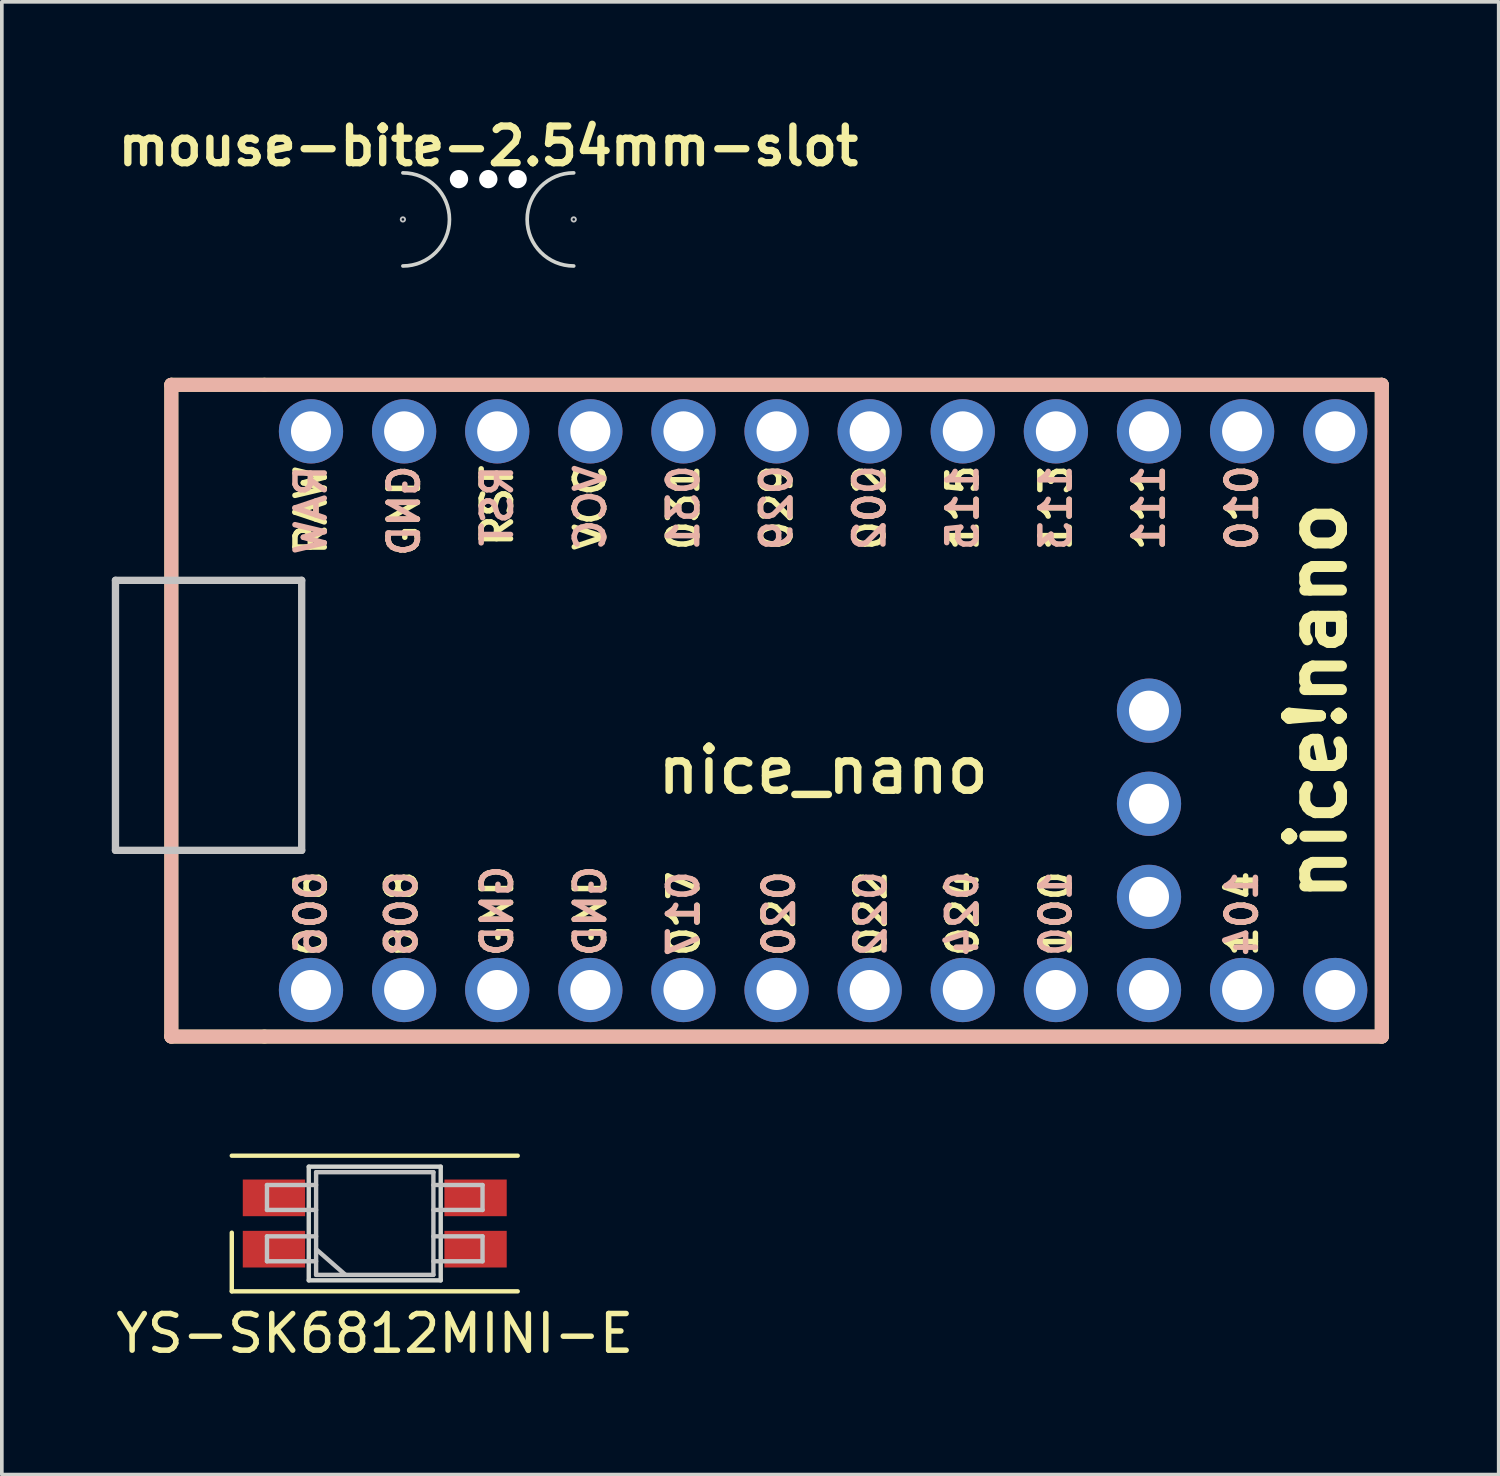
<source format=kicad_pcb>
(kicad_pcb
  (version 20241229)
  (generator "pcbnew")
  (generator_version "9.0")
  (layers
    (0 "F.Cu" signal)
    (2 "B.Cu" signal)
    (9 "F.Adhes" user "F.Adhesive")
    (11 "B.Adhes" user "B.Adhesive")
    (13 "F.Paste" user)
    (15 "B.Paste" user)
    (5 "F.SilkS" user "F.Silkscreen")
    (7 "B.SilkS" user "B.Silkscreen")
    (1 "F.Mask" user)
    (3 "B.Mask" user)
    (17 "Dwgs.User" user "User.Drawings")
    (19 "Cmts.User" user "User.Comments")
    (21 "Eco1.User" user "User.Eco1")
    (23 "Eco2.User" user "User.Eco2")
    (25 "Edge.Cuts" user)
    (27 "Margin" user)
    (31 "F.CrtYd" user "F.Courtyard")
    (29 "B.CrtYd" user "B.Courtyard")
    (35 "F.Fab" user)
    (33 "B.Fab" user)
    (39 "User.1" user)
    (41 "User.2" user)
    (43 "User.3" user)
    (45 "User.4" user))
  (footprint "nice_nano"
    (layer "F.Cu")
    (at 19.404 16.337)
    (property "Reference" "nice_nano" (at 0 1.625 0) (layer "F.SilkS") (effects (font (size 1.2 1.2) (thickness 0.203))))
    (attr through_hole)
    (fp_line (start -17.78 -8.89) (end -17.78 8.89) (stroke (width 0.381) (type solid)) (layer "F.SilkS"))
    (fp_line (start -17.78 8.89) (end -15.24 8.89) (stroke (width 0.381) (type solid)) (layer "F.SilkS"))
    (fp_line (start -15.24 -8.89) (end -17.78 -8.89) (stroke (width 0.381) (type solid)) (layer "F.SilkS"))
    (fp_line (start -15.24 8.89) (end 15.24 8.89) (stroke (width 0.381) (type solid)) (layer "F.SilkS"))
    (fp_line (start 15.24 -8.89) (end -15.24 -8.89) (stroke (width 0.381) (type solid)) (layer "F.SilkS"))
    (fp_line (start 15.24 8.89) (end 15.24 -8.89) (stroke (width 0.381) (type solid)) (layer "F.SilkS"))
    (fp_line (start -17.78 -8.89) (end -17.78 8.89) (stroke (width 0.381) (type solid)) (layer "B.SilkS"))
    (fp_line (start -17.78 8.89) (end 15.24 8.89) (stroke (width 0.381) (type solid)) (layer "B.SilkS"))
    (fp_line (start 15.24 -8.89) (end -17.78 -8.89) (stroke (width 0.381) (type solid)) (layer "B.SilkS"))
    (fp_line (start 15.24 8.89) (end 15.24 -8.89) (stroke (width 0.381) (type solid)) (layer "B.SilkS"))
    (fp_line (start -19.304 -3.556) (end -14.224 -3.556) (stroke (width 0.2) (type solid)) (layer "Dwgs.User"))
    (fp_line (start -19.304 3.81) (end -19.304 -3.556) (stroke (width 0.2) (type solid)) (layer "Dwgs.User"))
    (fp_line (start -14.224 -3.556) (end -14.224 3.81) (stroke (width 0.2) (type solid)) (layer "Dwgs.User"))
    (fp_line (start -14.224 3.81) (end -19.304 3.81) (stroke (width 0.2) (type solid)) (layer "Dwgs.User"))
    (fp_text user "111" (at 8.89 -5.537 90) (layer "F.SilkS") (effects (font (size 0.8 0.8) (thickness 0.15))))
    (fp_text user "031" (at -3.81 -5.537 90) (layer "F.SilkS") (effects (font (size 0.8 0.8) (thickness 0.15))))
    (fp_text user "104" (at 11.43 5.537 90) (layer "F.SilkS") (effects (font (size 0.8 0.8) (thickness 0.15))))
    (fp_text user "GND" (at -8.89 5.461 90) (layer "F.SilkS") (effects (font (size 0.8 0.8) (thickness 0.15))))
    (fp_text user "022" (at 1.3 5.537 90) (layer "F.SilkS") (effects (font (size 0.8 0.8) (thickness 0.15))))
    (fp_text user "017" (at -3.8 5.537 90) (layer "F.SilkS") (effects (font (size 0.8 0.8) (thickness 0.15))))
    (fp_text user "010" (at 11.43 -5.537 90) (layer "F.SilkS") (effects (font (size 0.8 0.8) (thickness 0.15))))
    (fp_text user "100" (at 6.35 5.537 90) (layer "F.SilkS") (effects (font (size 0.8 0.8) (thickness 0.15))))
    (fp_text user "RAW" (at -13.97 -5.474 90) (layer "F.SilkS") (effects (font (size 0.8 0.8) (thickness 0.15))))
    (fp_text user "RST" (at -8.89 -5.588 90) (layer "F.SilkS") (effects (font (size 0.8 0.8) (thickness 0.15))))
    (fp_text user "GND" (at -6.35 5.461 90) (layer "F.SilkS") (effects (font (size 0.8 0.8) (thickness 0.15))))
    (fp_text user "GND" (at -11.43 -5.455 90) (layer "F.SilkS") (effects (font (size 0.8 0.8) (thickness 0.15))))
    (fp_text user "006" (at -13.97 5.537 90) (layer "F.SilkS") (effects (font (size 0.8 0.8) (thickness 0.15))))
    (fp_text user "029" (at -1.27 -5.537 90) (layer "F.SilkS") (effects (font (size 0.8 0.8) (thickness 0.15))))
    (fp_text user "113" (at 6.35 -5.537 90) (layer "F.SilkS") (effects (font (size 0.8 0.8) (thickness 0.15))))
    (fp_text user "nice!nano" (at 13.462 -0.254 90) (layer "F.SilkS") (effects (font (size 1.5 1.5) (thickness 0.3))))
    (fp_text user "115" (at 3.81 -5.537 90) (layer "F.SilkS") (effects (font (size 0.8 0.8) (thickness 0.15))))
    (fp_text user "008" (at -11.5 5.537 90) (layer "F.SilkS") (effects (font (size 0.8 0.8) (thickness 0.15))))
    (fp_text user "020" (at -1.2 5.537 90) (layer "F.SilkS") (effects (font (size 0.8 0.8) (thickness 0.15))))
    (fp_text user "024" (at 3.81 5.537 90) (layer "F.SilkS") (effects (font (size 0.8 0.8) (thickness 0.15))))
    (fp_text user "VCC" (at -6.35 -5.537 90) (layer "F.SilkS") (effects (font (size 0.8 0.8) (thickness 0.15))))
    (fp_text user "002" (at 1.27 -5.537 90) (layer "F.SilkS") (effects (font (size 0.8 0.8) (thickness 0.15))))
    (fp_text user "008" (at -11.5 5.537 90) (layer "B.SilkS") (effects (font (size 0.8 0.8) (thickness 0.15)) (justify mirror)))
    (fp_text user "006" (at -13.97 5.537 90) (layer "B.SilkS") (effects (font (size 0.8 0.8) (thickness 0.15)) (justify mirror)))
    (fp_text user "111" (at 8.89 -5.537 90) (layer "B.SilkS") (effects (font (size 0.8 0.8) (thickness 0.15)) (justify mirror)))
    (fp_text user "115" (at 3.81 -5.537 90) (layer "B.SilkS") (effects (font (size 0.8 0.8) (thickness 0.15)) (justify mirror)))
    (fp_text user "113" (at 6.35 -5.537 90) (layer "B.SilkS") (effects (font (size 0.8 0.8) (thickness 0.15)) (justify mirror)))
    (fp_text user "029" (at -1.27 -5.537 90) (layer "B.SilkS") (effects (font (size 0.8 0.8) (thickness 0.15)) (justify mirror)))
    (fp_text user "017" (at -3.81 5.537 90) (layer "B.SilkS") (effects (font (size 0.8 0.8) (thickness 0.15)) (justify mirror)))
    (fp_text user "RST" (at -8.89 -5.588 90) (layer "B.SilkS") (effects (font (size 0.8 0.8) (thickness 0.15)) (justify mirror)))
    (fp_text user "031" (at -3.81 -5.537 90) (layer "B.SilkS") (effects (font (size 0.8 0.8) (thickness 0.15)) (justify mirror)))
    (fp_text user "020" (at -1.2 5.537 90) (layer "B.SilkS") (effects (font (size 0.8 0.8) (thickness 0.15)) (justify mirror)))
    (fp_text user "104" (at 11.43 5.537 90) (layer "B.SilkS") (effects (font (size 0.8 0.8) (thickness 0.15)) (justify mirror)))
    (fp_text user "GND" (at -8.89 5.461 90) (layer "B.SilkS") (effects (font (size 0.8 0.8) (thickness 0.15)) (justify mirror)))
    (fp_text user "100" (at 6.35 5.537 90) (layer "B.SilkS") (effects (font (size 0.8 0.8) (thickness 0.15)) (justify mirror)))
    (fp_text user "GND" (at -11.43 -5.455 90) (layer "B.SilkS") (effects (font (size 0.8 0.8) (thickness 0.15)) (justify mirror)))
    (fp_text user "022" (at 1.3 5.537 90) (layer "B.SilkS") (effects (font (size 0.8 0.8) (thickness 0.15)) (justify mirror)))
    (fp_text user "VCC" (at -6.35 -5.537 90) (layer "B.SilkS") (effects (font (size 0.8 0.8) (thickness 0.15)) (justify mirror)))
    (fp_text user "010" (at 11.43 -5.537 90) (layer "B.SilkS") (effects (font (size 0.8 0.8) (thickness 0.15)) (justify mirror)))
    (fp_text user "GND" (at -6.35 5.461 90) (layer "B.SilkS") (effects (font (size 0.8 0.8) (thickness 0.15)) (justify mirror)))
    (fp_text user "024" (at 3.8 5.537 90) (layer "B.SilkS") (effects (font (size 0.8 0.8) (thickness 0.15)) (justify mirror)))
    (fp_text user "002" (at 1.27 -5.537 90) (layer "B.SilkS") (effects (font (size 0.8 0.8) (thickness 0.15)) (justify mirror)))
    (fp_text user "RAW" (at -13.97 -5.474 90) (layer "B.SilkS") (effects (font (size 0.8 0.8) (thickness 0.15)) (justify mirror)))
    (pad "1" thru_hole circle (at -13.97 7.62) (size 1.753 1.753) (drill 1.092) (layers "*.Cu" "*.Mask"))
    (pad "2" thru_hole circle (at -11.43 7.62) (size 1.753 1.753) (drill 1.092) (layers "*.Cu" "*.Mask"))
    (pad "3" thru_hole circle (at -8.89 7.62) (size 1.753 1.753) (drill 1.092) (layers "*.Cu" "*.Mask"))
    (pad "4" thru_hole circle (at -6.35 7.62) (size 1.753 1.753) (drill 1.092) (layers "*.Cu" "*.Mask"))
    (pad "5" thru_hole circle (at -3.81 7.62) (size 1.753 1.753) (drill 1.092) (layers "*.Cu" "*.Mask"))
    (pad "6" thru_hole circle (at -1.27 7.62) (size 1.753 1.753) (drill 1.092) (layers "*.Cu" "*.Mask"))
    (pad "7" thru_hole circle (at 1.27 7.62) (size 1.753 1.753) (drill 1.092) (layers "*.Cu" "*.Mask"))
    (pad "8" thru_hole circle (at 3.81 7.62) (size 1.753 1.753) (drill 1.092) (layers "*.Cu" "*.Mask"))
    (pad "9" thru_hole circle (at 6.35 7.62) (size 1.753 1.753) (drill 1.092) (layers "*.Cu" "*.Mask"))
    (pad "10" thru_hole circle (at 8.89 7.62) (size 1.753 1.753) (drill 1.092) (layers "*.Cu" "*.Mask"))
    (pad "11" thru_hole circle (at 11.43 7.62) (size 1.753 1.753) (drill 1.092) (layers "*.Cu" "*.Mask"))
    (pad "12" thru_hole circle (at 13.97 7.62) (size 1.753 1.753) (drill 1.092) (layers "*.Cu" "*.Mask"))
    (pad "13" thru_hole circle (at 13.97 -7.62) (size 1.753 1.753) (drill 1.092) (layers "*.Cu" "*.Mask"))
    (pad "14" thru_hole circle (at 11.43 -7.62) (size 1.753 1.753) (drill 1.092) (layers "*.Cu" "*.Mask"))
    (pad "15" thru_hole circle (at 8.89 -7.62) (size 1.753 1.753) (drill 1.092) (layers "*.Cu" "*.Mask"))
    (pad "16" thru_hole circle (at 6.35 -7.62) (size 1.753 1.753) (drill 1.092) (layers "*.Cu" "*.Mask"))
    (pad "17" thru_hole circle (at 3.81 -7.62) (size 1.753 1.753) (drill 1.092) (layers "*.Cu" "*.Mask"))
    (pad "18" thru_hole circle (at 1.27 -7.62) (size 1.753 1.753) (drill 1.092) (layers "*.Cu" "*.Mask"))
    (pad "19" thru_hole circle (at -1.27 -7.62) (size 1.753 1.753) (drill 1.092) (layers "*.Cu" "*.Mask"))
    (pad "20" thru_hole circle (at -3.81 -7.62) (size 1.753 1.753) (drill 1.092) (layers "*.Cu" "*.Mask"))
    (pad "21" thru_hole circle (at -6.35 -7.62) (size 1.753 1.753) (drill 1.092) (layers "*.Cu" "*.Mask"))
    (pad "22" thru_hole circle (at -8.89 -7.62) (size 1.753 1.753) (drill 1.092) (layers "*.Cu" "*.Mask"))
    (pad "23" thru_hole circle (at -11.43 -7.62) (size 1.753 1.753) (drill 1.092) (layers "*.Cu" "*.Mask"))
    (pad "24" thru_hole circle (at -13.97 -7.62) (size 1.753 1.753) (drill 1.092) (layers "*.Cu" "*.Mask"))
    (pad "31" thru_hole circle (at 8.89 5.08) (size 1.753 1.753) (drill 1.092) (layers "*.Cu" "*.Mask"))
    (pad "32" thru_hole circle (at 8.89 2.54) (size 1.753 1.753) (drill 1.092) (layers "*.Cu" "*.Mask"))
    (pad "33" thru_hole circle (at 8.89 0) (size 1.753 1.753) (drill 1.092) (layers "*.Cu" "*.Mask")))
  (footprint "mouse-bite-2.54mm-slot"
    (layer "F.Cu")
    (at 10.271 2.936)
    (property "Reference" "mouse-bite-2.54mm-slot" (at 0 -2 0) (layer "F.SilkS") (effects (font (size 1 1) (thickness 0.2))))
    (attr through_hole)
    (fp_circle (center -2.33 0) (end -2.27 0) (stroke (width 0.05) (type solid)) (fill no) (layer "Dwgs.User"))
    (fp_circle (center 2.33 0) (end 2.33 -0.06) (stroke (width 0.05) (type solid)) (fill no) (layer "Dwgs.User"))
    (fp_line (start -2.33 0) (end -2.33 0) (stroke (width 2.54) (type solid)) (layer "Eco1.User"))
    (fp_line (start 2.33 0) (end 2.33 0) (stroke (width 2.54) (type solid)) (layer "Eco1.User"))
    (fp_arc (start -2.33 -1.27) (mid -1.06 0) (end -2.33 1.27) (stroke (width 0.1) (type solid)) (layer "Edge.Cuts"))
    (fp_arc (start 2.33 1.27) (mid 1.06 0) (end 2.33 -1.27) (stroke (width 0.1) (type solid)) (layer "Edge.Cuts"))
    (pad "" np_thru_hole circle (at -0.8 -1.1) (size 0.5 0.5) (drill 0.5) (layers "*.Cu" "*.Mask"))
    (pad "" np_thru_hole circle (at 0 -1.1) (size 0.5 0.5) (drill 0.5) (layers "*.Cu" "*.Mask"))
    (pad "" np_thru_hole circle (at 0.8 -1.1) (size 0.5 0.5) (drill 0.5) (layers "*.Cu" "*.Mask")))
  (footprint "YS-SK6812MINI-E"
    (layer "F.Cu")
    (at 7.173 30.327)
    (property "Reference" "YS-SK6812MINI-E" (at 0 3 180) (layer "F.SilkS") (effects (font (size 1 1) (thickness 0.15))))
    (attr through_hole)
    (fp_line (start -3.9 0.25) (end -3.9 1.85) (stroke (width 0.12) (type solid)) (layer "F.SilkS"))
    (fp_line (start -3.9 1.85) (end 3.9 1.85) (stroke (width 0.12) (type solid)) (layer "F.SilkS"))
    (fp_line (start 3.9 -1.85) (end -3.9 -1.85) (stroke (width 0.12) (type solid)) (layer "F.SilkS"))
    (fp_line (start -2.94 -1.05) (end -2.94 -0.37) (stroke (width 0.12) (type solid)) (layer "Dwgs.User"))
    (fp_line (start -2.94 -0.37) (end -1.6 -0.37) (stroke (width 0.12) (type solid)) (layer "Dwgs.User"))
    (fp_line (start -2.94 0.35) (end -2.94 1.03) (stroke (width 0.12) (type solid)) (layer "Dwgs.User"))
    (fp_line (start -2.94 1.03) (end -1.6 1.03) (stroke (width 0.12) (type solid)) (layer "Dwgs.User"))
    (fp_line (start -1.6 -1.4) (end -1.6 1.4) (stroke (width 0.12) (type solid)) (layer "Dwgs.User"))
    (fp_line (start -1.6 -1.4) (end 1.6 -1.4) (stroke (width 0.12) (type solid)) (layer "Dwgs.User"))
    (fp_line (start -1.6 -1.05) (end -2.94 -1.05) (stroke (width 0.12) (type solid)) (layer "Dwgs.User"))
    (fp_line (start -1.6 0.35) (end -2.94 0.35) (stroke (width 0.12) (type solid)) (layer "Dwgs.User"))
    (fp_line (start -1.6 0.7) (end -0.8 1.4) (stroke (width 0.12) (type solid)) (layer "Dwgs.User"))
    (fp_line (start -1.6 1.4) (end 1.6 1.4) (stroke (width 0.12) (type solid)) (layer "Dwgs.User"))
    (fp_line (start 1.6 -1.4) (end 1.6 1.4) (stroke (width 0.12) (type solid)) (layer "Dwgs.User"))
    (fp_line (start 1.6 -0.37) (end 2.94 -0.37) (stroke (width 0.12) (type solid)) (layer "Dwgs.User"))
    (fp_line (start 1.6 1.03) (end 2.94 1.03) (stroke (width 0.12) (type solid)) (layer "Dwgs.User"))
    (fp_line (start 2.94 -1.05) (end 1.6 -1.05) (stroke (width 0.12) (type solid)) (layer "Dwgs.User"))
    (fp_line (start 2.94 -0.37) (end 2.94 -1.05) (stroke (width 0.12) (type solid)) (layer "Dwgs.User"))
    (fp_line (start 2.94 0.35) (end 1.6 0.35) (stroke (width 0.12) (type solid)) (layer "Dwgs.User"))
    (fp_line (start 2.94 1.03) (end 2.94 0.35) (stroke (width 0.12) (type solid)) (layer "Dwgs.User"))
    (fp_line (start -1.8 -1.55) (end -1.8 1.55) (stroke (width 0.12) (type solid)) (layer "Edge.Cuts"))
    (fp_line (start -1.8 1.55) (end 1.8 1.55) (stroke (width 0.12) (type solid)) (layer "Edge.Cuts"))
    (fp_line (start 1.8 -1.55) (end -1.8 -1.55) (stroke (width 0.12) (type solid)) (layer "Edge.Cuts"))
    (fp_line (start 1.8 1.55) (end 1.8 -1.55) (stroke (width 0.12) (type solid)) (layer "Edge.Cuts"))
    (pad "1" smd rect (at 2.75 -0.7) (size 1.7 1) (layers "F.Cu" "F.Mask" "F.Paste"))
    (pad "2" smd rect (at 2.75 0.7) (size 1.7 1) (layers "F.Cu" "F.Mask" "F.Paste"))
    (pad "3" smd rect (at -2.75 0.7) (size 1.7 1) (layers "F.Cu" "F.Mask" "F.Paste"))
    (pad "4" smd rect (at -2.75 -0.7) (size 1.7 1) (layers "F.Cu" "F.Mask" "F.Paste")))
  (gr_rect
    (start -3 -3)
    (end 37.834 37.175)
    (stroke (width 0.1) (type default))
    (fill no)
    (layer "Edge.Cuts")))
</source>
